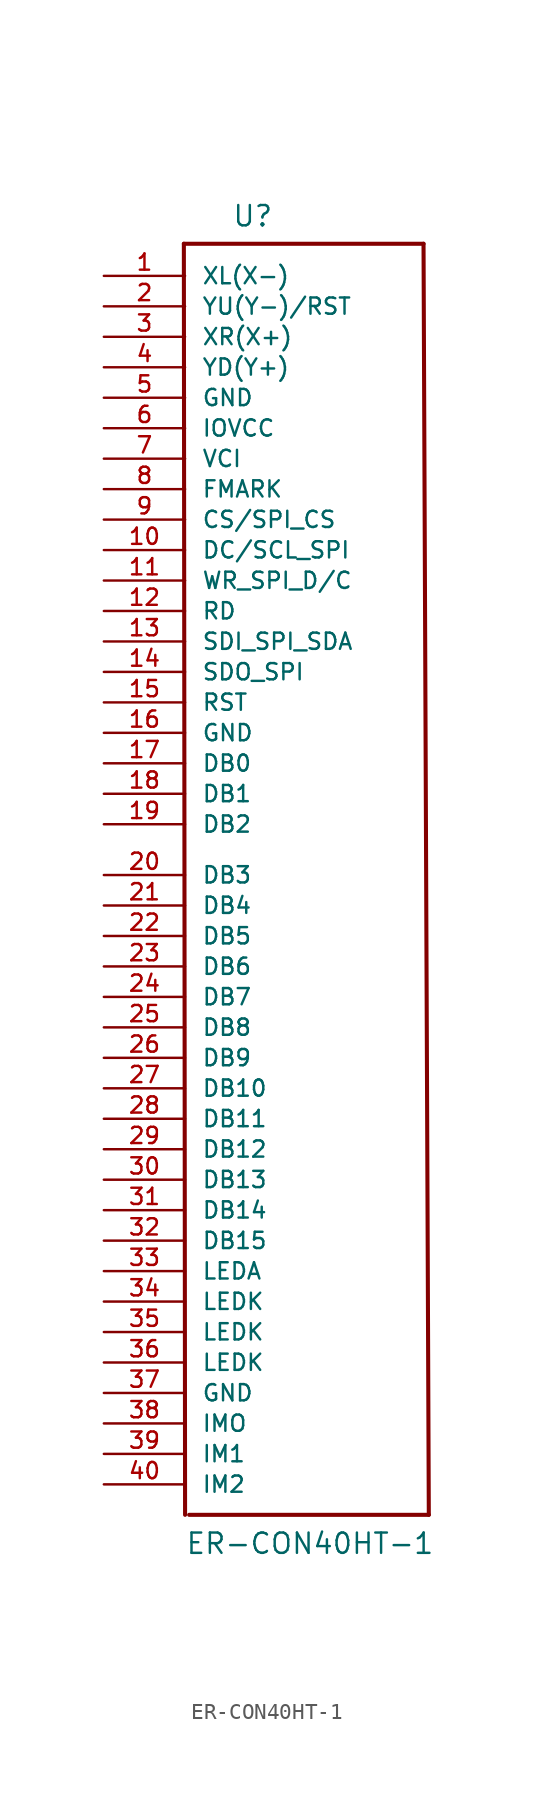
<source format=kicad_sym>
(kicad_symbol_lib
  (version 20210619)
  (generator kicad_symbol_editor)
  (symbol "CON40:ER-CON40HT-1"
    (pin_names
      (offset 1.016))
    (property "Reference" "U"
      (at 8.001 2.997 0)
      (effects (font (size 1.27 1.27)) (justify left bottom)))
    (property "Value" "ER-CON40HT-1"
      (at 5.08 -80.01 0)
      (effects (font (size 1.27 1.27)) (justify left bottom)))
    (property "ki_locked" ""
      (at 0 0 0)
      (effects (font (size 1.27 1.27))))
    (symbol "ER-CON40HT-1_0_0"
      (polyline (pts (xy 5.004 2.007) (xy 19.99 2.007)) (stroke (width 0.254)) (fill (type none)))
      (polyline (pts (xy 5.08 -77.47) (xy 5.004 2.007)) (stroke (width 0.254)) (fill (type none)))
      (polyline (pts (xy 19.99 2.007) (xy 20.32 -77.47)) (stroke (width 0.254)) (fill (type none)))
      (polyline (pts (xy 20.32 -77.47) (xy 5.334 -77.47)) (stroke (width 0.254)) (fill (type none)))
      (pin bidirectional line (at 0 0 0) (length 5.08) (name "XL(X-)" (effects (font (size 1.016 1.016)))) (number "1" (effects (font (size 1.016 1.016)))))
      (pin bidirectional line (at 0 -17.145 0) (length 5.08) (name "DC/SCL_SPI" (effects (font (size 1.016 1.016)))) (number "10" (effects (font (size 1.016 1.016)))))
      (pin bidirectional line (at 0 -19.05 0) (length 5.08) (name "WR_SPI_D/C" (effects (font (size 1.016 1.016)))) (number "11" (effects (font (size 1.016 1.016)))))
      (pin bidirectional line (at 0 -20.955 0) (length 5.08) (name "RD" (effects (font (size 1.016 1.016)))) (number "12" (effects (font (size 1.016 1.016)))))
      (pin bidirectional line (at 0 -22.86 0) (length 5.08) (name "SDI_SPI_SDA" (effects (font (size 1.016 1.016)))) (number "13" (effects (font (size 1.016 1.016)))))
      (pin bidirectional line (at 0 -24.765 0) (length 5.08) (name "SDO_SPI" (effects (font (size 1.016 1.016)))) (number "14" (effects (font (size 1.016 1.016)))))
      (pin bidirectional line (at 0 -26.67 0) (length 5.08) (name "RST" (effects (font (size 1.016 1.016)))) (number "15" (effects (font (size 1.016 1.016)))))
      (pin bidirectional line (at 0 -28.575 0) (length 5.08) (name "GND" (effects (font (size 1.016 1.016)))) (number "16" (effects (font (size 1.016 1.016)))))
      (pin bidirectional line (at 0 -30.48 0) (length 5.08) (name "DB0" (effects (font (size 1.016 1.016)))) (number "17" (effects (font (size 1.016 1.016)))))
      (pin bidirectional line (at 0 -32.385 0) (length 5.08) (name "DB1" (effects (font (size 1.016 1.016)))) (number "18" (effects (font (size 1.016 1.016)))))
      (pin bidirectional line (at 0 -34.29 0) (length 5.08) (name "DB2" (effects (font (size 1.016 1.016)))) (number "19" (effects (font (size 1.016 1.016)))))
      (pin bidirectional line (at 0 -1.905 0) (length 5.08) (name "YU(Y-)/RST" (effects (font (size 1.016 1.016)))) (number "2" (effects (font (size 1.016 1.016)))))
      (pin bidirectional line (at 0 -37.465 0) (length 5.08) (name "DB3" (effects (font (size 1.016 1.016)))) (number "20" (effects (font (size 1.016 1.016)))))
      (pin bidirectional line (at 0 -39.37 0) (length 5.08) (name "DB4" (effects (font (size 1.016 1.016)))) (number "21" (effects (font (size 1.016 1.016)))))
      (pin bidirectional line (at 0 -41.275 0) (length 5.08) (name "DB5" (effects (font (size 1.016 1.016)))) (number "22" (effects (font (size 1.016 1.016)))))
      (pin bidirectional line (at 0 -43.18 0) (length 5.08) (name "DB6" (effects (font (size 1.016 1.016)))) (number "23" (effects (font (size 1.016 1.016)))))
      (pin bidirectional line (at 0 -45.085 0) (length 5.08) (name "DB7" (effects (font (size 1.016 1.016)))) (number "24" (effects (font (size 1.016 1.016)))))
      (pin bidirectional line (at 0 -46.99 0) (length 5.08) (name "DB8" (effects (font (size 1.016 1.016)))) (number "25" (effects (font (size 1.016 1.016)))))
      (pin bidirectional line (at 0 -48.895 0) (length 5.08) (name "DB9" (effects (font (size 1.016 1.016)))) (number "26" (effects (font (size 1.016 1.016)))))
      (pin bidirectional line (at 0 -50.8 0) (length 5.08) (name "DB10" (effects (font (size 1.016 1.016)))) (number "27" (effects (font (size 1.016 1.016)))))
      (pin bidirectional line (at 0 -52.705 0) (length 5.08) (name "DB11" (effects (font (size 1.016 1.016)))) (number "28" (effects (font (size 1.016 1.016)))))
      (pin bidirectional line (at 0 -54.61 0) (length 5.08) (name "DB12" (effects (font (size 1.016 1.016)))) (number "29" (effects (font (size 1.016 1.016)))))
      (pin bidirectional line (at 0 -3.81 0) (length 5.08) (name "XR(X+)" (effects (font (size 1.016 1.016)))) (number "3" (effects (font (size 1.016 1.016)))))
      (pin bidirectional line (at 0 -56.515 0) (length 5.08) (name "DB13" (effects (font (size 1.016 1.016)))) (number "30" (effects (font (size 1.016 1.016)))))
      (pin bidirectional line (at 0 -58.42 0) (length 5.08) (name "DB14" (effects (font (size 1.016 1.016)))) (number "31" (effects (font (size 1.016 1.016)))))
      (pin bidirectional line (at 0 -60.325 0) (length 5.08) (name "DB15" (effects (font (size 1.016 1.016)))) (number "32" (effects (font (size 1.016 1.016)))))
      (pin bidirectional line (at 0 -62.23 0) (length 5.08) (name "LEDA" (effects (font (size 1.016 1.016)))) (number "33" (effects (font (size 1.016 1.016)))))
      (pin bidirectional line (at 0 -64.135 0) (length 5.08) (name "LEDK" (effects (font (size 1.016 1.016)))) (number "34" (effects (font (size 1.016 1.016)))))
      (pin bidirectional line (at 0 -66.04 0) (length 5.08) (name "LEDK" (effects (font (size 1.016 1.016)))) (number "35" (effects (font (size 1.016 1.016)))))
      (pin bidirectional line (at 0 -67.945 0) (length 5.08) (name "LEDK" (effects (font (size 1.016 1.016)))) (number "36" (effects (font (size 1.016 1.016)))))
      (pin bidirectional line (at 0 -69.85 0) (length 5.08) (name "GND" (effects (font (size 1.016 1.016)))) (number "37" (effects (font (size 1.016 1.016)))))
      (pin bidirectional line (at 0 -71.755 0) (length 5.08) (name "IMO" (effects (font (size 1.016 1.016)))) (number "38" (effects (font (size 1.016 1.016)))))
      (pin bidirectional line (at 0 -73.66 0) (length 5.08) (name "IM1" (effects (font (size 1.016 1.016)))) (number "39" (effects (font (size 1.016 1.016)))))
      (pin bidirectional line (at 0 -5.715 0) (length 5.08) (name "YD(Y+)" (effects (font (size 1.016 1.016)))) (number "4" (effects (font (size 1.016 1.016)))))
      (pin bidirectional line (at 0 -75.565 0) (length 5.08) (name "IM2" (effects (font (size 1.016 1.016)))) (number "40" (effects (font (size 1.016 1.016)))))
      (pin bidirectional line (at 0 -7.62 0) (length 5.08) (name "GND" (effects (font (size 1.016 1.016)))) (number "5" (effects (font (size 1.016 1.016)))))
      (pin bidirectional line (at 0 -9.525 0) (length 5.08) (name "IOVCC" (effects (font (size 1.016 1.016)))) (number "6" (effects (font (size 1.016 1.016)))))
      (pin bidirectional line (at 0 -11.43 0) (length 5.08) (name "VCI" (effects (font (size 1.016 1.016)))) (number "7" (effects (font (size 1.016 1.016)))))
      (pin bidirectional line (at 0 -13.335 0) (length 5.08) (name "FMARK" (effects (font (size 1.016 1.016)))) (number "8" (effects (font (size 1.016 1.016)))))
      (pin bidirectional line (at 0 -15.24 0) (length 5.08) (name "CS/SPI_CS" (effects (font (size 1.016 1.016)))) (number "9" (effects (font (size 1.016 1.016))))))))
</source>
